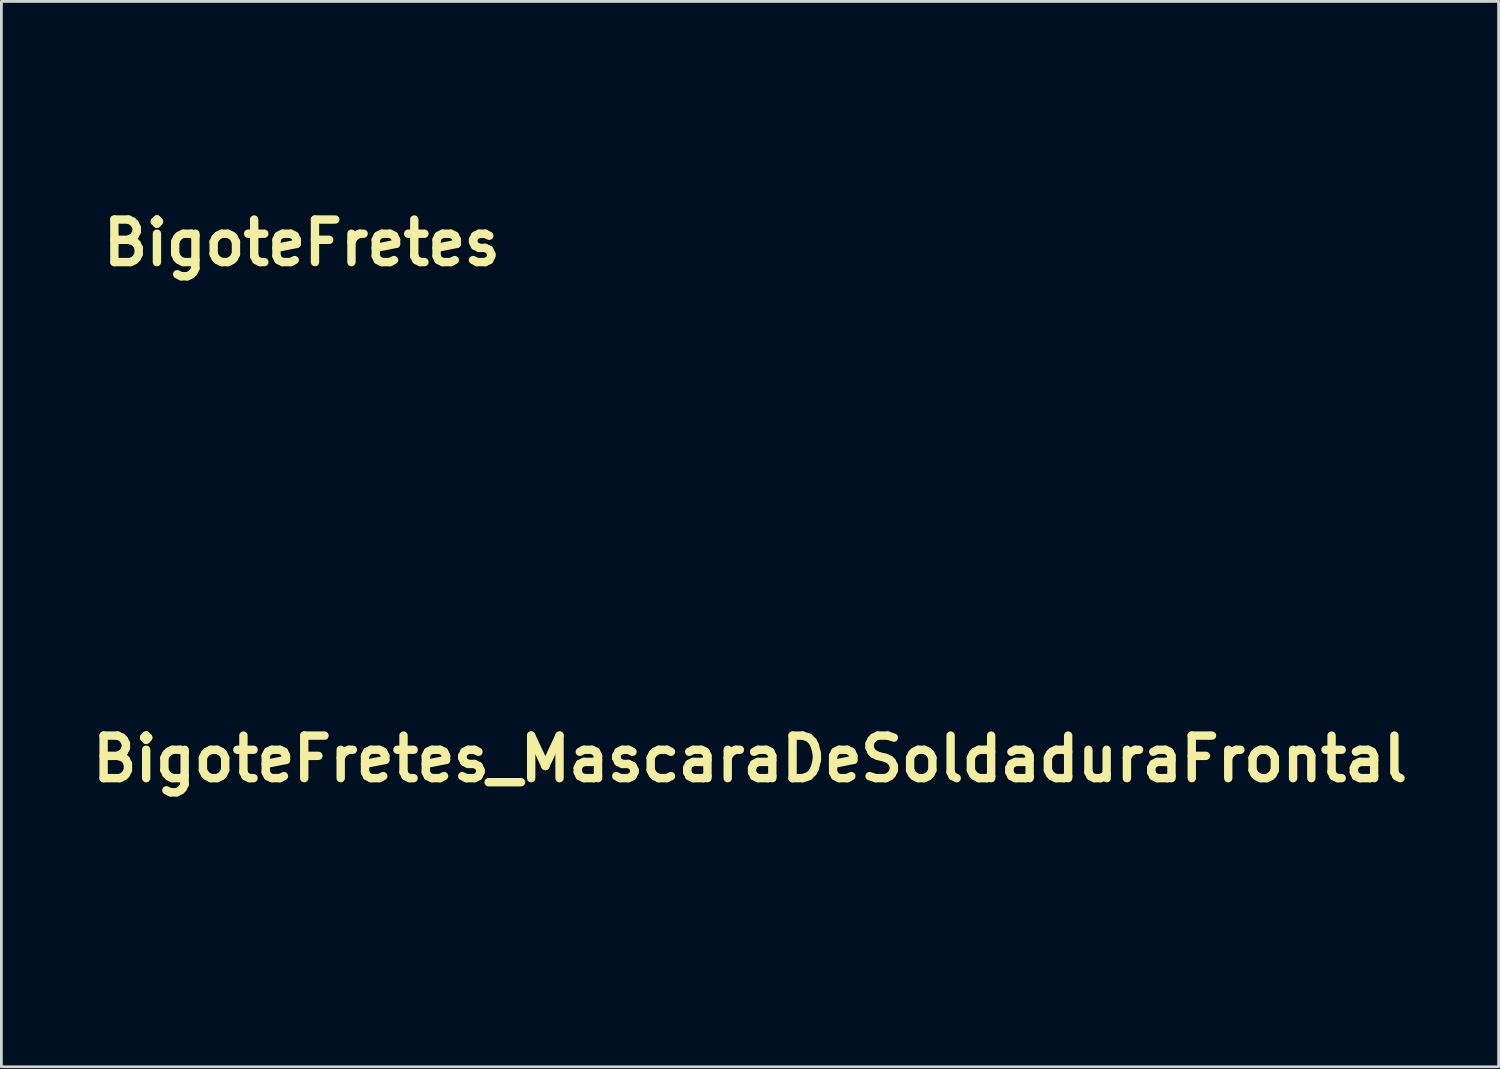
<source format=kicad_pcb>
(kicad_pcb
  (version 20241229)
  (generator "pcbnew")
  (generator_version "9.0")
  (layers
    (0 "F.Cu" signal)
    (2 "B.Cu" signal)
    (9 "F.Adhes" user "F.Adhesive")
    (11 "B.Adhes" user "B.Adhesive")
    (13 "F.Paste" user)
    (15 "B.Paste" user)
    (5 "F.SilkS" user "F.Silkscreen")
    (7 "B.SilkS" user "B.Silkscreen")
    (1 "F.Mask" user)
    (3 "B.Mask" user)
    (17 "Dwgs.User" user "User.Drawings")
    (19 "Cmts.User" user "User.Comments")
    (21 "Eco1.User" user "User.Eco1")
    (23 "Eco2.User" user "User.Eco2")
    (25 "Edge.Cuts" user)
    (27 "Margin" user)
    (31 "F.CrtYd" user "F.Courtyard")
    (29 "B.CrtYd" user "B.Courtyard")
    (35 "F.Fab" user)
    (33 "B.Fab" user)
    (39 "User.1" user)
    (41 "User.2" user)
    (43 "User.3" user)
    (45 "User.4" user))
  (footprint "BigoteFretes"
    (layer "F.Cu")
    (at 7.759 5.647)
    (property "Reference" "BigoteFretes" (at 0 0 0) (layer "F.SilkS") (effects (font (size 1.524 1.524) (thickness 0.3))))
    (attr through_hole)
    (fp_poly (pts (xy -5.949 2.179) (xy -5.38 2.214) (xy -5.319 2.262) (xy -5.682 2.33) (xy -6.245 2.581) (xy -6.433 2.99) (xy -6.225 3.381) (xy -5.815 3.554) (xy -5.214 3.67) (xy -5.815 3.707) (xy -6.253 3.845) (xy -6.408 4.29) (xy -6.417 4.545) (xy -6.494 5.108) (xy -6.681 5.347) (xy -6.684 5.347) (xy -6.827 5.104) (xy -6.923 4.468) (xy -6.952 3.743) (xy -6.952 2.139) (xy -5.949 2.179)) (stroke (width 0.01) (type solid)) (fill no) (layer "Eco2.User"))
    (fp_poly (pts (xy -0.869 2.179) (xy -0.3 2.214) (xy -0.239 2.262) (xy -0.602 2.33) (xy -1.165 2.581) (xy -1.353 2.99) (xy -1.145 3.381) (xy -0.735 3.554) (xy -0.134 3.67) (xy -0.735 3.707) (xy -1.208 3.883) (xy -1.337 4.394) (xy -1.206 4.906) (xy -0.718 5.136) (xy -0.602 5.156) (xy -0.224 5.23) (xy -0.33 5.276) (xy -0.869 5.307) (xy -1.872 5.347) (xy -1.872 2.139) (xy -0.869 2.179)) (stroke (width 0.01) (type solid)) (fill no) (layer "Eco2.User"))
    (fp_poly (pts (xy 2.131 2.221) (xy 2.414 2.274) (xy 2.339 2.323) (xy 2.058 2.51) (xy 1.914 2.963) (xy 1.872 3.811) (xy 1.872 3.896) (xy 1.835 4.777) (xy 1.705 5.227) (xy 1.471 5.347) (xy 1.227 5.214) (xy 1.103 4.746) (xy 1.069 3.896) (xy 1.033 3.013) (xy 0.899 2.533) (xy 0.629 2.331) (xy 0.602 2.323) (xy 0.567 2.256) (xy 0.974 2.211) (xy 1.471 2.201) (xy 2.131 2.221)) (stroke (width 0.01) (type solid)) (fill no) (layer "Eco2.User"))
    (fp_poly (pts (xy 3.944 2.179) (xy 4.513 2.214) (xy 4.574 2.262) (xy 4.211 2.33) (xy 3.647 2.581) (xy 3.46 2.99) (xy 3.668 3.381) (xy 4.077 3.554) (xy 4.679 3.67) (xy 4.077 3.707) (xy 3.604 3.883) (xy 3.476 4.394) (xy 3.606 4.906) (xy 4.094 5.136) (xy 4.211 5.156) (xy 4.588 5.23) (xy 4.482 5.276) (xy 3.944 5.307) (xy 2.941 5.347) (xy 2.941 2.139) (xy 3.944 2.179)) (stroke (width 0.01) (type solid)) (fill no) (layer "Eco2.User"))
    (fp_poly (pts (xy -2.54 2.273) (xy -2.501 3.41) (xy -2.44 4.226) (xy -2.335 4.858) (xy -2.301 4.97) (xy -2.295 5.282) (xy -2.473 5.282) (xy -2.776 4.958) (xy -2.893 4.591) (xy -3.142 4.122) (xy -3.628 4.011) (xy -4.124 4.125) (xy -4.276 4.571) (xy -4.278 4.679) (xy -4.369 5.181) (xy -4.545 5.347) (xy -4.687 5.104) (xy -4.784 4.466) (xy -4.813 3.728) (xy -4.813 3.075) (xy -4.278 3.075) (xy -4.167 3.584) (xy -3.733 3.74) (xy -3.609 3.743) (xy -3.101 3.633) (xy -2.944 3.198) (xy -2.941 3.075) (xy -3.051 2.566) (xy -3.486 2.409) (xy -3.609 2.406) (xy -4.118 2.517) (xy -4.275 2.952) (xy -4.278 3.075) (xy -4.813 3.075) (xy -4.813 2.108) (xy -2.54 2.273)) (stroke (width 0.01) (type solid)) (fill no) (layer "Eco2.User"))
    (fp_poly (pts (xy 7.117 2.364) (xy 7.418 2.671) (xy 7.435 2.741) (xy 7.381 3.132) (xy 7.239 3.208) (xy 6.984 2.992) (xy 6.952 2.807) (xy 6.738 2.453) (xy 6.551 2.406) (xy 6.203 2.576) (xy 6.178 2.969) (xy 6.438 3.416) (xy 6.836 3.703) (xy 7.379 4.147) (xy 7.469 4.667) (xy 7.135 5.104) (xy 6.541 5.293) (xy 5.907 5.293) (xy 5.538 5.182) (xy 5.355 4.785) (xy 5.62 4.556) (xy 5.748 4.545) (xy 6.104 4.69) (xy 6.149 4.813) (xy 6.366 5.05) (xy 6.551 5.08) (xy 6.924 4.924) (xy 6.953 4.556) (xy 6.687 4.129) (xy 6.176 3.793) (xy 6.13 3.776) (xy 5.548 3.478) (xy 5.381 3.062) (xy 5.395 2.881) (xy 5.554 2.46) (xy 5.978 2.293) (xy 6.413 2.273) (xy 7.117 2.364)) (stroke (width 0.01) (type solid)) (fill no) (layer "Eco2.User"))
    (fp_poly (pts (xy -0.632 -5.517) (xy -0.321 -5.294) (xy 0.043 -5.111) (xy 0.321 -5.294) (xy 0.972 -5.634) (xy 1.817 -5.524) (xy 2.879 -4.96) (xy 3.935 -4.144) (xy 5.096 -3.246) (xy 5.991 -2.756) (xy 6.603 -2.677) (xy 6.914 -3.014) (xy 6.952 -3.326) (xy 6.828 -3.923) (xy 6.536 -4.203) (xy 6.195 -4.074) (xy 6.124 -3.978) (xy 5.936 -3.78) (xy 5.886 -4.077) (xy 6.082 -4.447) (xy 6.542 -4.534) (xy 7.065 -4.313) (xy 7.165 -4.224) (xy 7.392 -3.745) (xy 7.486 -3.043) (xy 7.486 -3.041) (xy 7.237 -2.151) (xy 6.533 -1.441) (xy 5.442 -0.972) (xy 5.12 -0.9) (xy 4.224 -0.842) (xy 3.118 -0.921) (xy 1.983 -1.107) (xy 0.997 -1.369) (xy 0.34 -1.678) (xy 0.282 -1.725) (xy -0.12 -2.002) (xy -0.411 -1.879) (xy -0.504 -1.774) (xy -1.119 -1.366) (xy -2.104 -1.065) (xy -3.299 -0.89) (xy -4.547 -0.862) (xy -5.688 -1.002) (xy -5.978 -1.077) (xy -6.998 -1.574) (xy -7.606 -2.299) (xy -7.754 -2.963) (xy -7.566 -3.752) (xy -7.092 -4.322) (xy -6.465 -4.514) (xy -6.158 -4.475) (xy -6.369 -4.391) (xy -6.471 -4.363) (xy -6.927 -4.013) (xy -7.157 -3.427) (xy -7.07 -2.917) (xy -6.67 -2.72) (xy -6.019 -2.809) (xy -5.284 -3.134) (xy -4.629 -3.643) (xy -4.597 -3.677) (xy -3.495 -4.693) (xy -2.416 -5.358) (xy -1.437 -5.642) (xy -0.632 -5.517)) (stroke (width 0.01) (type solid)) (fill no) (layer "Eco2.User")))
  (footprint "BigoteFretes_MascaraDeSoldaduraFrontal"
    (layer "F.Cu")
    (at 23.811 24.129)
    (property "Reference" "BigoteFretes_MascaraDeSoldaduraFrontal" (at 0 0 0) (layer "F.SilkS") (effects (font (size 1.524 1.524) (thickness 0.3))))
    (attr through_hole)
    (fp_poly (pts (xy 3.733 2.705) (xy 4.477 2.79) (xy 4.806 2.917) (xy 4.813 2.941) (xy 4.58 3.129) (xy 4.021 3.208) (xy 4.011 3.208) (xy 3.208 3.208) (xy 3.208 5.615) (xy 3.199 6.758) (xy 3.158 7.468) (xy 3.06 7.848) (xy 2.885 7.998) (xy 2.674 8.021) (xy 2.42 7.981) (xy 2.262 7.792) (xy 2.177 7.354) (xy 2.144 6.564) (xy 2.139 5.615) (xy 2.139 3.208) (xy 1.337 3.208) (xy 0.774 3.131) (xy 0.535 2.944) (xy 0.535 2.941) (xy 0.785 2.809) (xy 1.468 2.716) (xy 2.482 2.675) (xy 2.674 2.674) (xy 3.733 2.705)) (stroke (width 0.01) (type solid)) (fill yes) (layer "F.Mask"))
    (fp_poly (pts (xy -0.912 2.709) (xy -0.248 2.804) (xy -0.000001 2.941) (xy 0 2.941) (xy -0.24 3.094) (xy -0.855 3.19) (xy -1.337 3.208) (xy -2.128 3.226) (xy -2.523 3.334) (xy -2.659 3.614) (xy -2.674 4.011) (xy -2.631 4.525) (xy -2.403 4.753) (xy -1.834 4.811) (xy -1.604 4.813) (xy -0.935 4.872) (xy -0.562 5.02) (xy -0.535 5.08) (xy -0.772 5.247) (xy -1.364 5.341) (xy -1.604 5.347) (xy -2.674 5.347) (xy -2.674 7.486) (xy -1.337 7.486) (xy -0.574 7.534) (xy -0.09 7.657) (xy 0 7.754) (xy -0.247 7.891) (xy -0.91 7.986) (xy -1.87 8.021) (xy -3.743 8.021) (xy -3.743 2.674) (xy -1.872 2.674) (xy -0.912 2.709)) (stroke (width 0.01) (type solid)) (fill yes) (layer "F.Mask"))
    (fp_poly (pts (xy 8.179 2.709) (xy 8.842 2.804) (xy 9.091 2.941) (xy 9.091 2.941) (xy 8.85 3.094) (xy 8.235 3.19) (xy 7.754 3.208) (xy 6.962 3.226) (xy 6.568 3.334) (xy 6.432 3.614) (xy 6.417 4.011) (xy 6.459 4.525) (xy 6.688 4.753) (xy 7.257 4.811) (xy 7.486 4.813) (xy 8.156 4.872) (xy 8.529 5.02) (xy 8.556 5.08) (xy 8.319 5.247) (xy 7.726 5.341) (xy 7.486 5.347) (xy 6.417 5.347) (xy 6.417 7.486) (xy 7.754 7.486) (xy 8.516 7.534) (xy 9 7.657) (xy 9.091 7.754) (xy 8.843 7.891) (xy 8.18 7.986) (xy 7.221 8.021) (xy 5.347 8.021) (xy 5.347 2.674) (xy 7.219 2.674) (xy 8.179 2.709)) (stroke (width 0.01) (type solid)) (fill yes) (layer "F.Mask"))
    (fp_poly (pts (xy -10.537 2.709) (xy -9.873 2.804) (xy -9.625 2.941) (xy -9.625 2.941) (xy -9.866 3.094) (xy -10.481 3.19) (xy -10.962 3.208) (xy -11.753 3.226) (xy -12.148 3.334) (xy -12.284 3.614) (xy -12.299 4.011) (xy -12.257 4.525) (xy -12.028 4.753) (xy -11.459 4.811) (xy -11.229 4.813) (xy -10.56 4.872) (xy -10.187 5.02) (xy -10.16 5.08) (xy -10.397 5.247) (xy -10.99 5.341) (xy -11.229 5.347) (xy -12.299 5.347) (xy -12.299 6.684) (xy -12.327 7.486) (xy -12.447 7.886) (xy -12.71 8.015) (xy -12.834 8.021) (xy -13.077 7.984) (xy -13.233 7.81) (xy -13.32 7.4) (xy -13.359 6.66) (xy -13.368 5.491) (xy -13.368 5.347) (xy -13.368 2.674) (xy -11.497 2.674) (xy -10.537 2.709)) (stroke (width 0.01) (type solid)) (fill yes) (layer "F.Mask"))
    (fp_poly (pts (xy -6.079 2.745) (xy -5.329 2.956) (xy -5.195 3.056) (xy -4.934 3.564) (xy -4.825 4.274) (xy -4.873 4.964) (xy -5.08 5.414) (xy -5.147 5.459) (xy -5.343 5.634) (xy -5.147 5.771) (xy -4.906 6.125) (xy -4.813 6.706) (xy -4.733 7.26) (xy -4.545 7.486) (xy -4.286 7.69) (xy -4.278 7.754) (xy -4.473 7.991) (xy -4.92 7.973) (xy -5.413 7.718) (xy -5.5 7.639) (xy -5.798 7.084) (xy -5.882 6.57) (xy -5.938 6.127) (xy -6.205 5.93) (xy -6.834 5.882) (xy -6.952 5.882) (xy -8.021 5.882) (xy -8.021 6.952) (xy -8.066 7.651) (xy -8.247 7.961) (xy -8.556 8.021) (xy -8.799 7.984) (xy -8.955 7.81) (xy -9.043 7.4) (xy -9.081 6.66) (xy -9.09 5.491) (xy -9.091 5.347) (xy -9.091 3.208) (xy -8.021 3.208) (xy -8.021 5.347) (xy -5.882 5.347) (xy -5.882 3.208) (xy -8.021 3.208) (xy -9.091 3.208) (xy -9.091 2.674) (xy -7.334 2.674) (xy -6.079 2.745)) (stroke (width 0.01) (type solid)) (fill yes) (layer "F.Mask"))
    (fp_poly (pts (xy 12.798 2.753) (xy 13.438 2.987) (xy 13.521 3.056) (xy 13.863 3.601) (xy 13.826 4.06) (xy 13.43 4.276) (xy 13.368 4.278) (xy 12.922 4.089) (xy 12.834 3.743) (xy 12.708 3.352) (xy 12.239 3.214) (xy 12.032 3.208) (xy 11.463 3.275) (xy 11.254 3.587) (xy 11.229 4.011) (xy 11.314 4.598) (xy 11.626 4.804) (xy 11.764 4.813) (xy 12.199 4.925) (xy 12.299 5.08) (xy 12.517 5.314) (xy 12.719 5.347) (xy 13.355 5.572) (xy 13.763 6.125) (xy 13.879 6.827) (xy 13.641 7.499) (xy 13.521 7.639) (xy 12.974 7.898) (xy 12.161 8.001) (xy 11.31 7.949) (xy 10.651 7.745) (xy 10.494 7.621) (xy 10.186 7.052) (xy 10.261 6.601) (xy 10.695 6.417) (xy 11.142 6.606) (xy 11.229 6.952) (xy 11.356 7.343) (xy 11.825 7.481) (xy 12.032 7.486) (xy 12.6 7.42) (xy 12.809 7.108) (xy 12.834 6.684) (xy 12.75 6.097) (xy 12.437 5.89) (xy 12.299 5.882) (xy 11.864 5.77) (xy 11.764 5.615) (xy 11.546 5.381) (xy 11.344 5.347) (xy 10.708 5.123) (xy 10.3 4.57) (xy 10.184 3.868) (xy 10.422 3.195) (xy 10.542 3.056) (xy 11.108 2.787) (xy 11.94 2.686) (xy 12.798 2.753)) (stroke (width 0.01) (type solid)) (fill yes) (layer "F.Mask"))
    (fp_poly (pts (xy -1.957 -9.948) (xy -1.26 -9.654) (xy -0.603 -9.347) (xy -0.145 -9.291) (xy 0.389 -9.486) (xy 0.725 -9.654) (xy 1.752 -10.04) (xy 2.783 -10.113) (xy 3.89 -9.851) (xy 5.142 -9.231) (xy 6.607 -8.23) (xy 7.765 -7.316) (xy 9.214 -6.209) (xy 10.391 -5.502) (xy 11.35 -5.172) (xy 12.146 -5.195) (xy 12.419 -5.293) (xy 12.974 -5.786) (xy 13.13 -6.471) (xy 12.89 -7.181) (xy 12.4 -7.666) (xy 11.894 -7.959) (xy 11.601 -7.934) (xy 11.331 -7.621) (xy 11.053 -7.283) (xy 10.968 -7.411) (xy 10.962 -7.711) (xy 11.142 -8.291) (xy 11.669 -8.474) (xy 12.376 -8.31) (xy 13.419 -7.706) (xy 14.006 -6.838) (xy 14.171 -5.795) (xy 14.057 -4.902) (xy 13.664 -4.19) (xy 12.911 -3.568) (xy 11.718 -2.946) (xy 11.627 -2.905) (xy 10.159 -2.452) (xy 8.388 -2.22) (xy 6.464 -2.2) (xy 4.537 -2.383) (xy 2.754 -2.758) (xy 1.266 -3.316) (xy 0.755 -3.609) (xy -0.267 -4.285) (xy -1.289 -3.609) (xy -2.461 -3.046) (xy -4.002 -2.607) (xy -5.759 -2.308) (xy -7.579 -2.166) (xy -9.307 -2.199) (xy -10.788 -2.425) (xy -11.096 -2.511) (xy -12.67 -3.106) (xy -13.761 -3.768) (xy -14.417 -4.543) (xy -14.691 -5.476) (xy -14.705 -5.795) (xy -14.502 -6.938) (xy -13.87 -7.777) (xy -12.911 -8.31) (xy -12.104 -8.472) (xy -11.627 -8.23) (xy -11.497 -7.711) (xy -11.522 -7.299) (xy -11.674 -7.369) (xy -11.865 -7.621) (xy -12.158 -7.948) (xy -12.459 -7.947) (xy -12.935 -7.666) (xy -13.479 -7.07) (xy -13.655 -6.349) (xy -13.456 -5.681) (xy -13.062 -5.326) (xy -12.205 -5.17) (xy -11.092 -5.474) (xy -9.731 -6.236) (xy -8.3 -7.31) (xy -6.65 -8.588) (xy -5.26 -9.468) (xy -4.06 -9.972) (xy -2.982 -10.125) (xy -1.957 -9.948)) (stroke (width 0.01) (type solid)) (fill yes) (layer "F.Mask")))
  (gr_rect
    (start -3 -3)
    (end 50.621 35.155)
    (stroke (width 0.1) (type default))
    (fill no)
    (layer "Edge.Cuts")))
</source>
